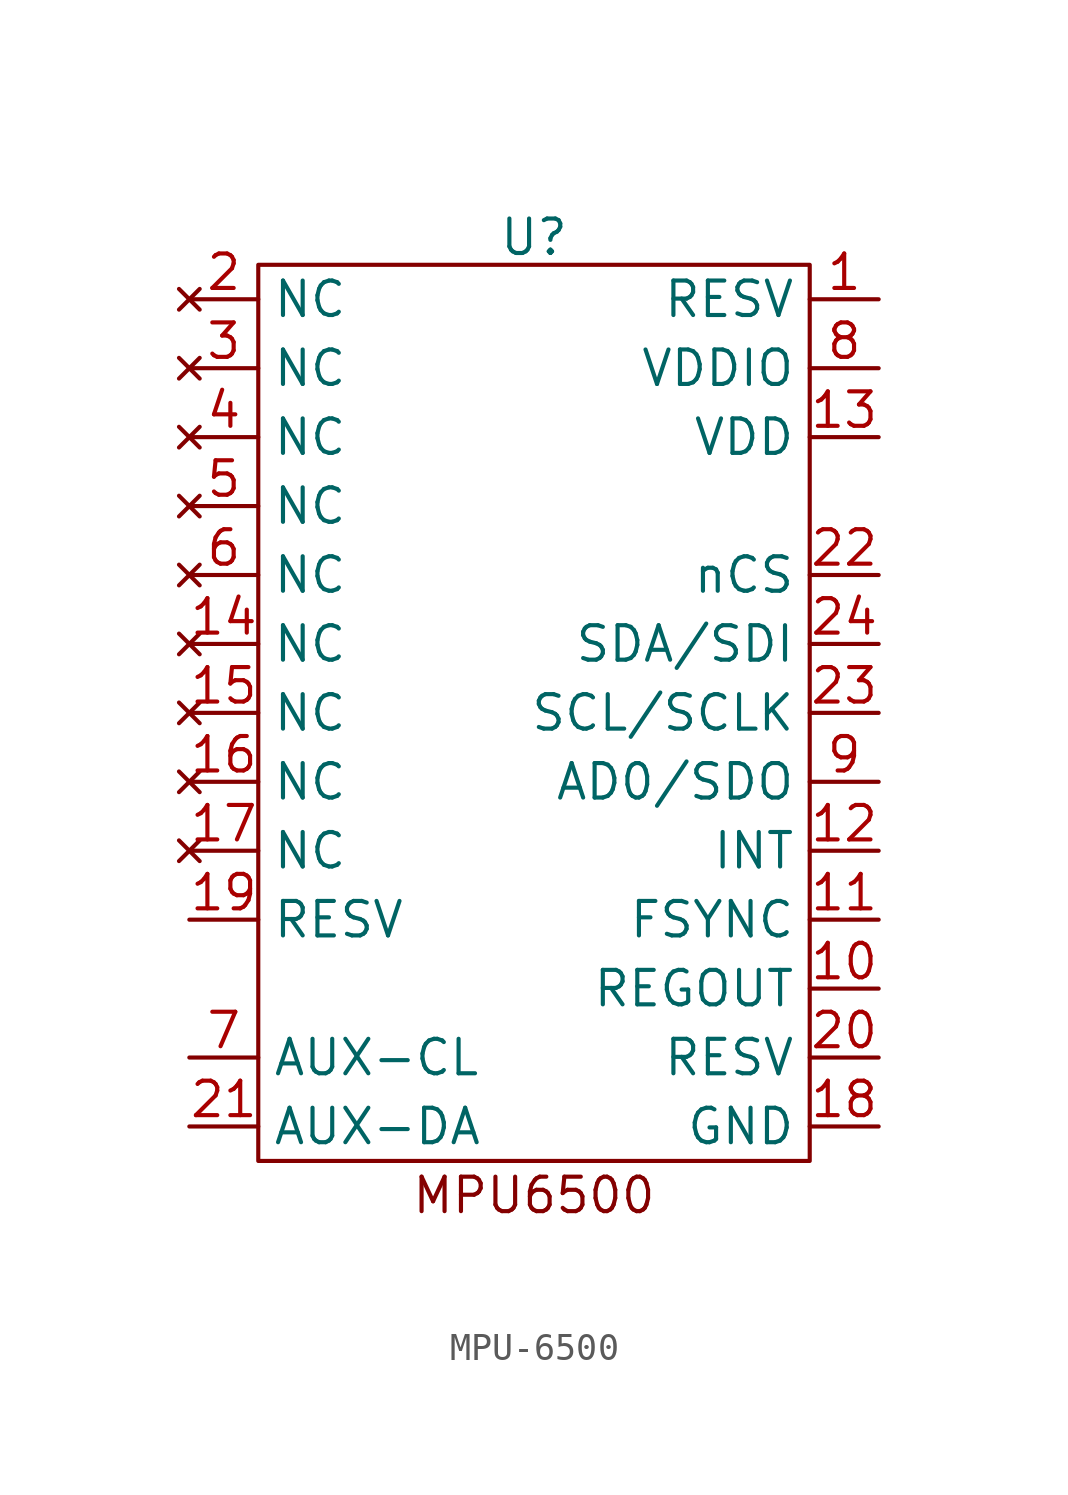
<source format=kicad_sym>
(kicad_symbol_lib
  (version 20241209)
  (generator "kicad_symbol_editor")
  (generator_version "9.0")
  (symbol "MPU-6500"
    (property "Reference" "U"
      (at 0 12.446 0)
      (effects (font (size 1.27 1.27))))
    (property "Value" ""
      (at 0 0 0)
      (effects (font (size 1.27 1.27))))
    (symbol "MPU-6500_0_1"
      (rectangle (start -10.16 11.43) (end 10.16 -21.59) (stroke (width 0) (type default)) (fill (type none))))
    (symbol "MPU-6500_1_1"
      (text "MPU6500" (at 0 -22.86 0) (effects (font (size 1.27 1.27))))
      (pin no_connect line (at -12.7 10.16 0) (length 2.54) (name "NC" (effects (font (size 1.27 1.27)))) (number "2" (effects (font (size 1.27 1.27)))))
      (pin no_connect line (at -12.7 7.62 0) (length 2.54) (name "NC" (effects (font (size 1.27 1.27)))) (number "3" (effects (font (size 1.27 1.27)))))
      (pin no_connect line (at -12.7 5.08 0) (length 2.54) (name "NC" (effects (font (size 1.27 1.27)))) (number "4" (effects (font (size 1.27 1.27)))))
      (pin no_connect line (at -12.7 2.54 0) (length 2.54) (name "NC" (effects (font (size 1.27 1.27)))) (number "5" (effects (font (size 1.27 1.27)))))
      (pin no_connect line (at -12.7 0 0) (length 2.54) (name "NC" (effects (font (size 1.27 1.27)))) (number "6" (effects (font (size 1.27 1.27)))))
      (pin no_connect line (at -12.7 -2.54 0) (length 2.54) (name "NC" (effects (font (size 1.27 1.27)))) (number "14" (effects (font (size 1.27 1.27)))))
      (pin no_connect line (at -12.7 -5.08 0) (length 2.54) (name "NC" (effects (font (size 1.27 1.27)))) (number "15" (effects (font (size 1.27 1.27)))))
      (pin no_connect line (at -12.7 -7.62 0) (length 2.54) (name "NC" (effects (font (size 1.27 1.27)))) (number "16" (effects (font (size 1.27 1.27)))))
      (pin no_connect line (at -12.7 -10.16 0) (length 2.54) (name "NC" (effects (font (size 1.27 1.27)))) (number "17" (effects (font (size 1.27 1.27)))))
      (pin input line (at -12.7 -12.7 0) (length 2.54) (name "RESV" (effects (font (size 1.27 1.27)))) (number "19" (effects (font (size 1.27 1.27)))))
      (pin output line (at -12.7 -17.78 0) (length 2.54) (name "AUX-CL" (effects (font (size 1.27 1.27)))) (number "7" (effects (font (size 1.27 1.27)))))
      (pin output line (at -12.7 -20.32 0) (length 2.54) (name "AUX-DA" (effects (font (size 1.27 1.27)))) (number "21" (effects (font (size 1.27 1.27)))))
      (pin input line (at 12.7 10.16 180) (length 2.54) (name "RESV" (effects (font (size 1.27 1.27)))) (number "1" (effects (font (size 1.27 1.27)))))
      (pin power_in line (at 12.7 7.62 180) (length 2.54) (name "VDDIO" (effects (font (size 1.27 1.27)))) (number "8" (effects (font (size 1.27 1.27)))))
      (pin power_in line (at 12.7 5.08 180) (length 2.54) (name "VDD" (effects (font (size 1.27 1.27)))) (number "13" (effects (font (size 1.27 1.27)))))
      (pin input line (at 12.7 0 180) (length 2.54) (name "nCS" (effects (font (size 1.27 1.27)))) (number "22" (effects (font (size 1.27 1.27)))))
      (pin bidirectional line (at 12.7 -2.54 180) (length 2.54) (name "SDA/SDI" (effects (font (size 1.27 1.27)))) (number "24" (effects (font (size 1.27 1.27)))))
      (pin bidirectional line (at 12.7 -5.08 180) (length 2.54) (name "SCL/SCLK" (effects (font (size 1.27 1.27)))) (number "23" (effects (font (size 1.27 1.27)))))
      (pin input line (at 12.7 -7.62 180) (length 2.54) (name "AD0/SDO" (effects (font (size 1.27 1.27)))) (number "9" (effects (font (size 1.27 1.27)))))
      (pin output line (at 12.7 -10.16 180) (length 2.54) (name "INT" (effects (font (size 1.27 1.27)))) (number "12" (effects (font (size 1.27 1.27)))))
      (pin input line (at 12.7 -12.7 180) (length 2.54) (name "FSYNC" (effects (font (size 1.27 1.27)))) (number "11" (effects (font (size 1.27 1.27)))))
      (pin bidirectional line (at 12.7 -15.24 180) (length 2.54) (name "REGOUT" (effects (font (size 1.27 1.27)))) (number "10" (effects (font (size 1.27 1.27)))))
      (pin bidirectional line (at 12.7 -17.78 180) (length 2.54) (name "RESV" (effects (font (size 1.27 1.27)))) (number "20" (effects (font (size 1.27 1.27)))))
      (pin power_in line (at 12.7 -20.32 180) (length 2.54) (name "GND" (effects (font (size 1.27 1.27)))) (number "18" (effects (font (size 1.27 1.27))))))))
</source>
